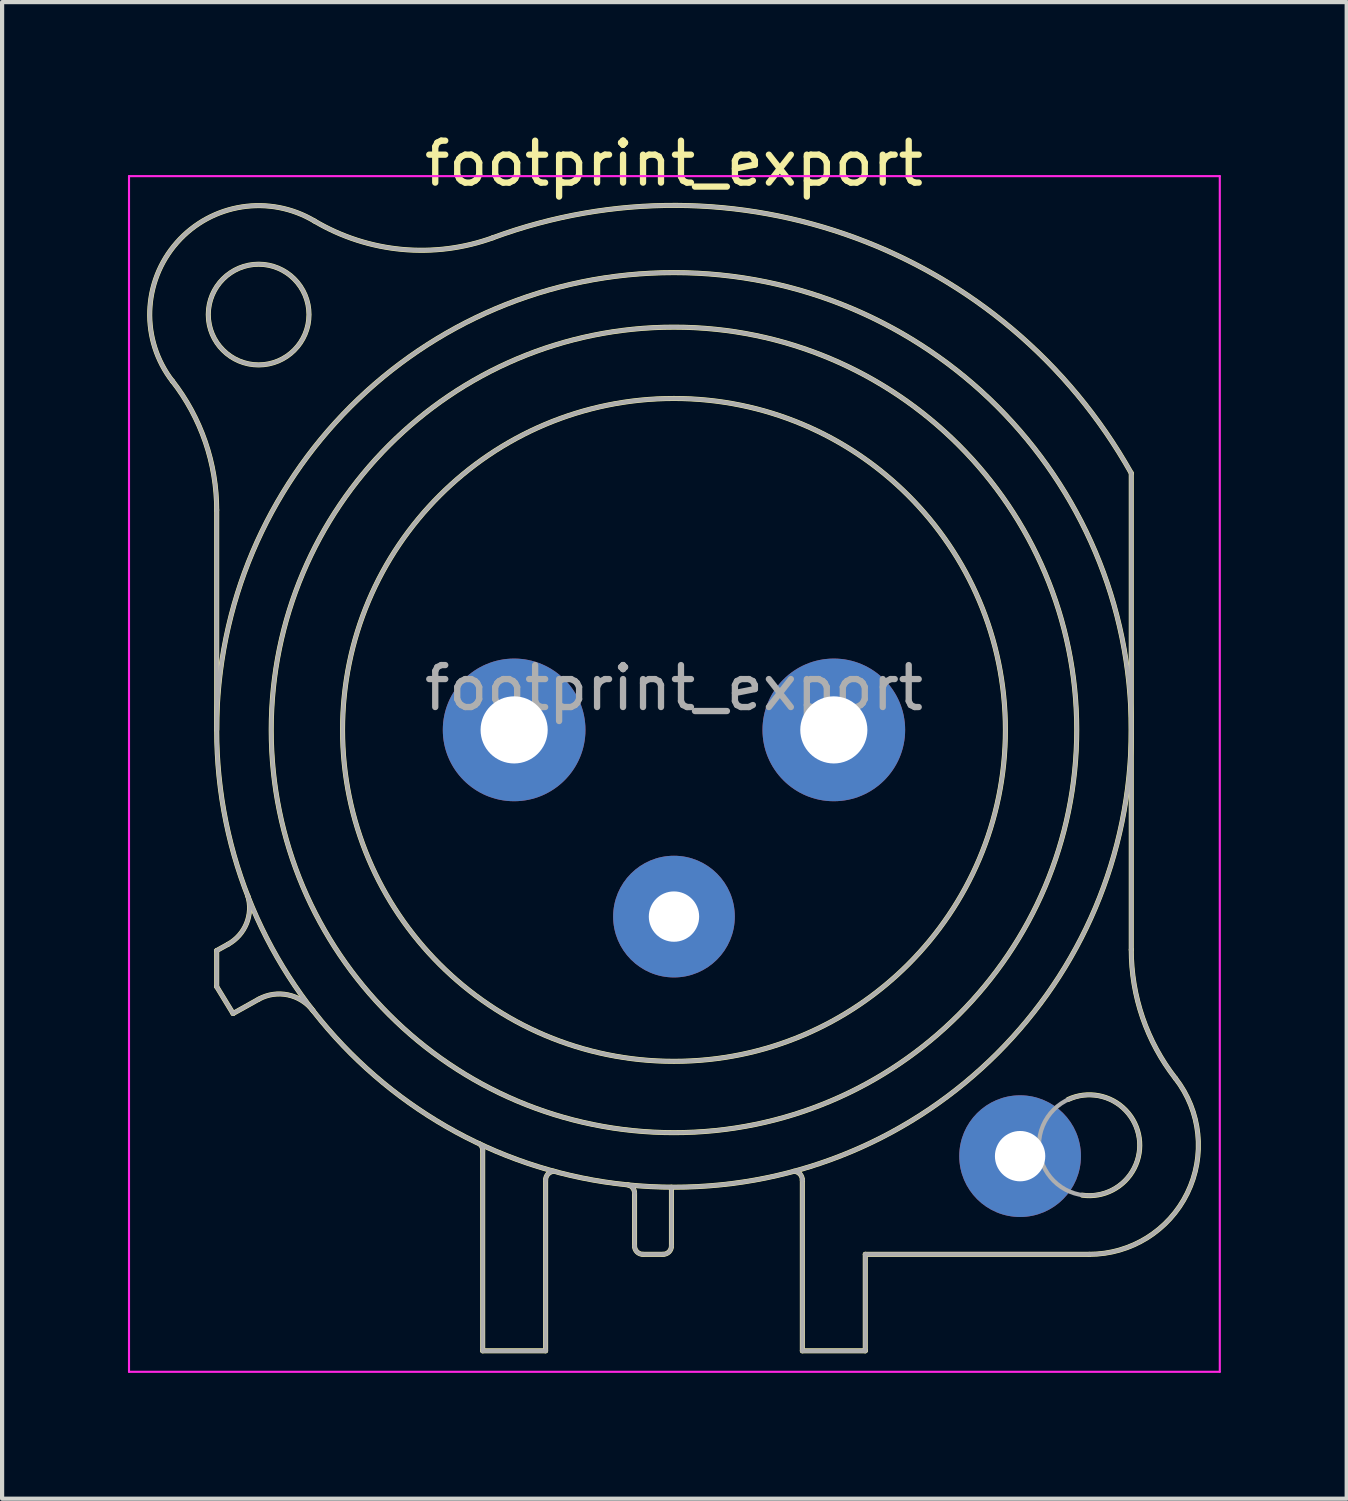
<source format=kicad_pcb>
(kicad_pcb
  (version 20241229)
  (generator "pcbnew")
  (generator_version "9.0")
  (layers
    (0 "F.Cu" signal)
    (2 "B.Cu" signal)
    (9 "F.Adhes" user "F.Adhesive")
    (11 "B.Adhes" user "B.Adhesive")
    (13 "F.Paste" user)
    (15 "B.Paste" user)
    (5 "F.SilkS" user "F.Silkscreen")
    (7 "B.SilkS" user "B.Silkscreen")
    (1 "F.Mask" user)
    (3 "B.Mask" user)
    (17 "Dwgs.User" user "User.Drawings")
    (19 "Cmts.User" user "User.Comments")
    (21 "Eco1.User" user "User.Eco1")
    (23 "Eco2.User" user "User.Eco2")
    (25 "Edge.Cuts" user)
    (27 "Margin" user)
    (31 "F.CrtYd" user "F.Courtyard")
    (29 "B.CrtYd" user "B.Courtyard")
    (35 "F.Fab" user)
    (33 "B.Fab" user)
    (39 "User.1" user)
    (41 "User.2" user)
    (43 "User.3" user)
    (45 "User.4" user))
  (footprint "footprint_export"
    (layer "F.Cu")
    (at 16.825 14.348)
    (property "Reference" "footprint_export" (at -3.81 -13.5 0) (layer "F.SilkS") (effects (font (size 1 1) (thickness 0.15))))
    (attr through_hole)
    (fp_line (start -14.71 0) (end -14.71 -5.24) (stroke (width 0.12) (type solid)) (layer "F.SilkS"))
    (fp_line (start -14.71 5.26) (end -14.44 5.11) (stroke (width 0.12) (type solid)) (layer "F.SilkS"))
    (fp_line (start -14.71 6.12) (end -14.71 5.26) (stroke (width 0.12) (type solid)) (layer "F.SilkS"))
    (fp_line (start -14.32 6.76) (end -14.71 6.12) (stroke (width 0.12) (type solid)) (layer "F.SilkS"))
    (fp_line (start -13.71 6.42) (end -14.32 6.76) (stroke (width 0.12) (type solid)) (layer "F.SilkS"))
    (fp_line (start -8.37 10.03) (end -8.37 14.8) (stroke (width 0.12) (type solid)) (layer "F.SilkS"))
    (fp_line (start -6.87 14.8) (end -8.37 14.8) (stroke (width 0.12) (type solid)) (layer "F.SilkS"))
    (fp_line (start -6.87 14.8) (end -6.87 10.73) (stroke (width 0.12) (type solid)) (layer "F.SilkS"))
    (fp_line (start -4.75 11.04) (end -4.75 12.3) (stroke (width 0.12) (type solid)) (layer "F.SilkS"))
    (fp_line (start -4.07 12.5) (end -4.55 12.5) (stroke (width 0.12) (type solid)) (layer "F.SilkS"))
    (fp_line (start -3.87 10.9) (end -3.87 12.3) (stroke (width 0.12) (type solid)) (layer "F.SilkS"))
    (fp_line (start -0.75 10.73) (end -0.75 10.73) (stroke (width 0.12) (type solid)) (layer "F.SilkS"))
    (fp_line (start -0.75 14.8) (end -0.75 10.73) (stroke (width 0.12) (type solid)) (layer "F.SilkS"))
    (fp_line (start 0.75 12.5) (end 6.09 12.5) (stroke (width 0.12) (type solid)) (layer "F.SilkS"))
    (fp_line (start 0.75 14.8) (end -0.75 14.8) (stroke (width 0.12) (type solid)) (layer "F.SilkS"))
    (fp_line (start 0.75 14.8) (end 0.75 12.5) (stroke (width 0.12) (type solid)) (layer "F.SilkS"))
    (fp_line (start 7.09 5.24) (end 7.09 -6.12) (stroke (width 0.12) (type solid)) (layer "F.SilkS"))
    (fp_arc (start -15.766689 -8.317569) (mid -14.98153 -6.866962) (end -14.71 -5.24) (stroke (width 0.12) (type solid)) (layer "F.SilkS"))
    (fp_arc (start -15.761979 -8.309032) (mid -15.65429 -11.620911) (end -12.38 -12.13) (stroke (width 0.12) (type solid)) (layer "F.SilkS"))
    (fp_arc (start -13.969214 3.951372) (mid -13.999461 4.614043) (end -14.44 5.11) (stroke (width 0.12) (type solid)) (layer "F.SilkS"))
    (fp_arc (start -13.71 6.42) (mid -13.01025 6.315915) (end -12.412202 6.693832) (stroke (width 0.12) (type solid)) (layer "F.SilkS"))
    (fp_arc (start -8.436364 9.870864) (mid -8.385177 9.942924) (end -8.37 10.03) (stroke (width 0.12) (type solid)) (layer "F.SilkS"))
    (fp_arc (start -8.12905 -11.730738) (mid 0.51404 -11.7289) (end 7.09 -6.12) (stroke (width 0.12) (type solid)) (layer "F.SilkS"))
    (fp_arc (start -8.118081 -11.733841) (mid -10.293498 -11.453642) (end -12.38 -12.13) (stroke (width 0.12) (type solid)) (layer "F.SilkS"))
    (fp_arc (start -6.87 10.73) (mid -6.814828 10.588126) (end -6.678303 10.520799) (stroke (width 0.12) (type solid)) (layer "F.SilkS"))
    (fp_arc (start -4.908418 10.84437) (mid -4.794571 10.914136) (end -4.75 11.04) (stroke (width 0.12) (type solid)) (layer "F.SilkS"))
    (fp_arc (start -4.55 12.5) (mid -4.691421 12.441421) (end -4.75 12.3) (stroke (width 0.12) (type solid)) (layer "F.SilkS"))
    (fp_arc (start -3.87 12.3) (mid -3.928579 12.441421) (end -4.07 12.5) (stroke (width 0.12) (type solid)) (layer "F.SilkS"))
    (fp_arc (start -0.949009 10.520288) (mid -0.807671 10.585446) (end -0.75 10.73) (stroke (width 0.12) (type solid)) (layer "F.SilkS"))
    (fp_arc (start 5.584454 8.809393) (mid 7.279278 9.725021) (end 5.92 11.09) (stroke (width 0.12) (type solid)) (layer "F.SilkS"))
    (fp_arc (start 8.141619 8.302858) (mid 8.42587 11.041804) (end 6.09 12.5) (stroke (width 0.12) (type solid)) (layer "F.SilkS"))
    (fp_arc (start 8.14247 8.305283) (mid 7.360446 6.860467) (end 7.09 5.24) (stroke (width 0.12) (type solid)) (layer "F.SilkS"))
    (fp_circle (center -13.71 -9.9) (end -12.51 -9.9) (stroke (width 0.12) (type solid)) (fill no) (layer "F.SilkS"))
    (fp_circle (center -3.81 0) (end 4.09 0) (stroke (width 0.12) (type solid)) (fill no) (layer "F.SilkS"))
    (fp_circle (center -3.81 0) (end 5.79 0) (stroke (width 0.12) (type solid)) (fill no) (layer "F.SilkS"))
    (fp_circle (center -3.81 0) (end 7.09 0) (stroke (width 0.12) (type solid)) (fill no) (layer "F.SilkS"))
    (fp_line (start -16.8 -13.2) (end 9.2 -13.2) (stroke (width 0.05) (type solid)) (layer "F.CrtYd"))
    (fp_line (start -16.8 15.3) (end -16.8 -13.2) (stroke (width 0.05) (type solid)) (layer "F.CrtYd"))
    (fp_line (start 9.2 -13.2) (end 9.2 15.3) (stroke (width 0.05) (type solid)) (layer "F.CrtYd"))
    (fp_line (start 9.2 15.3) (end -16.8 15.3) (stroke (width 0.05) (type solid)) (layer "F.CrtYd"))
    (fp_line (start -14.71 0) (end -14.71 -5.24) (stroke (width 0.1) (type solid)) (layer "F.Fab"))
    (fp_line (start -14.71 5.26) (end -14.44 5.11) (stroke (width 0.1) (type solid)) (layer "F.Fab"))
    (fp_line (start -14.71 6.12) (end -14.71 5.26) (stroke (width 0.1) (type solid)) (layer "F.Fab"))
    (fp_line (start -14.32 6.76) (end -14.71 6.12) (stroke (width 0.1) (type solid)) (layer "F.Fab"))
    (fp_line (start -13.71 6.42) (end -14.32 6.76) (stroke (width 0.1) (type solid)) (layer "F.Fab"))
    (fp_line (start -8.37 10.03) (end -8.37 14.8) (stroke (width 0.1) (type solid)) (layer "F.Fab"))
    (fp_line (start -6.87 14.8) (end -8.37 14.8) (stroke (width 0.1) (type solid)) (layer "F.Fab"))
    (fp_line (start -6.87 14.8) (end -6.87 10.73) (stroke (width 0.1) (type solid)) (layer "F.Fab"))
    (fp_line (start -4.75 11.04) (end -4.75 12.3) (stroke (width 0.1) (type solid)) (layer "F.Fab"))
    (fp_line (start -4.07 12.5) (end -4.55 12.5) (stroke (width 0.1) (type solid)) (layer "F.Fab"))
    (fp_line (start -3.87 10.9) (end -3.87 12.3) (stroke (width 0.1) (type solid)) (layer "F.Fab"))
    (fp_line (start -0.75 10.73) (end -0.75 10.73) (stroke (width 0.1) (type solid)) (layer "F.Fab"))
    (fp_line (start -0.75 14.8) (end -0.75 10.73) (stroke (width 0.1) (type solid)) (layer "F.Fab"))
    (fp_line (start 0.75 12.5) (end 6.09 12.5) (stroke (width 0.1) (type solid)) (layer "F.Fab"))
    (fp_line (start 0.75 14.8) (end -0.75 14.8) (stroke (width 0.1) (type solid)) (layer "F.Fab"))
    (fp_line (start 0.75 14.8) (end 0.75 12.5) (stroke (width 0.1) (type solid)) (layer "F.Fab"))
    (fp_line (start 7.09 5.24) (end 7.09 -6.12) (stroke (width 0.1) (type solid)) (layer "F.Fab"))
    (fp_arc (start -15.766689 -8.317569) (mid -14.98153 -6.866962) (end -14.71 -5.24) (stroke (width 0.1) (type solid)) (layer "F.Fab"))
    (fp_arc (start -15.761979 -8.309032) (mid -15.65429 -11.620911) (end -12.38 -12.13) (stroke (width 0.1) (type solid)) (layer "F.Fab"))
    (fp_arc (start -13.969214 3.951372) (mid -13.999461 4.614043) (end -14.44 5.11) (stroke (width 0.1) (type solid)) (layer "F.Fab"))
    (fp_arc (start -13.71 6.42) (mid -13.01025 6.315915) (end -12.412202 6.693832) (stroke (width 0.1) (type solid)) (layer "F.Fab"))
    (fp_arc (start -8.436364 9.870864) (mid -8.385177 9.942924) (end -8.37 10.03) (stroke (width 0.1) (type solid)) (layer "F.Fab"))
    (fp_arc (start -8.12905 -11.730738) (mid 0.51404 -11.7289) (end 7.09 -6.12) (stroke (width 0.1) (type solid)) (layer "F.Fab"))
    (fp_arc (start -8.118081 -11.733841) (mid -10.293498 -11.453642) (end -12.38 -12.13) (stroke (width 0.1) (type solid)) (layer "F.Fab"))
    (fp_arc (start -6.87 10.73) (mid -6.814828 10.588126) (end -6.678303 10.520799) (stroke (width 0.1) (type solid)) (layer "F.Fab"))
    (fp_arc (start -4.908418 10.84437) (mid -4.794571 10.914136) (end -4.75 11.04) (stroke (width 0.1) (type solid)) (layer "F.Fab"))
    (fp_arc (start -4.55 12.5) (mid -4.691421 12.441421) (end -4.75 12.3) (stroke (width 0.1) (type solid)) (layer "F.Fab"))
    (fp_arc (start -3.87 12.3) (mid -3.928579 12.441421) (end -4.07 12.5) (stroke (width 0.1) (type solid)) (layer "F.Fab"))
    (fp_arc (start -0.949009 10.520288) (mid -0.807671 10.585446) (end -0.75 10.73) (stroke (width 0.1) (type solid)) (layer "F.Fab"))
    (fp_arc (start 8.141619 8.302858) (mid 8.42587 11.041804) (end 6.09 12.5) (stroke (width 0.1) (type solid)) (layer "F.Fab"))
    (fp_arc (start 8.14247 8.305283) (mid 7.360446 6.860467) (end 7.09 5.24) (stroke (width 0.1) (type solid)) (layer "F.Fab"))
    (fp_circle (center -13.71 -9.9) (end -12.51 -9.9) (stroke (width 0.1) (type solid)) (fill no) (layer "F.Fab"))
    (fp_circle (center -3.81 0) (end 4.09 0) (stroke (width 0.1) (type solid)) (fill no) (layer "F.Fab"))
    (fp_circle (center -3.81 0) (end 5.79 0) (stroke (width 0.1) (type solid)) (fill no) (layer "F.Fab"))
    (fp_circle (center -3.81 0) (end 7.09 0) (stroke (width 0.1) (type solid)) (fill no) (layer "F.Fab"))
    (fp_circle (center 6.09 9.9) (end 7.29 9.9) (stroke (width 0.1) (type solid)) (fill no) (layer "F.Fab"))
    (fp_text user "${REFERENCE}" (at -3.81 -1 0) (layer "F.Fab") (effects (font (size 1 1) (thickness 0.15))))
    (pad "1" thru_hole circle (at 0 0) (size 3.4 3.4) (drill 1.6) (layers "*.Cu" "*.Mask"))
    (pad "2" thru_hole circle (at -7.62 0) (size 3.4 3.4) (drill 1.6) (layers "*.Cu" "*.Mask"))
    (pad "3" thru_hole circle (at -3.81 4.45) (size 2.9 2.9) (drill 1.2) (layers "*.Cu" "*.Mask"))
    (pad "G" thru_hole circle (at 4.44 10.16) (size 2.9 2.9) (drill 1.2) (layers "*.Cu" "*.Mask")))
  (gr_rect
    (start -3 -3)
    (end 29.05 32.673)
    (stroke (width 0.1) (type default))
    (fill no)
    (layer "Edge.Cuts")))
</source>
